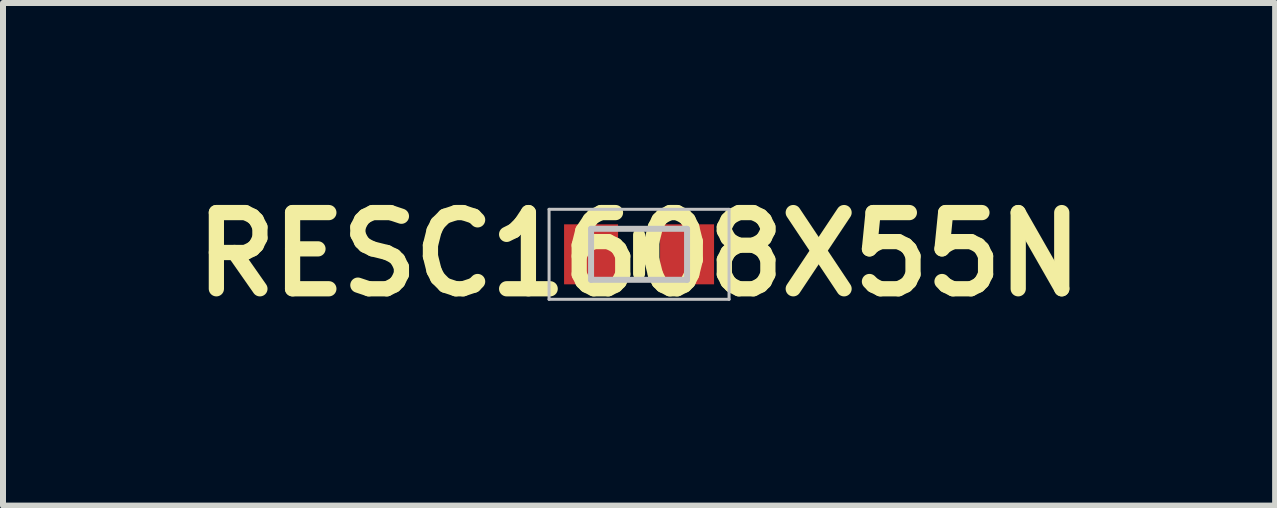
<source format=kicad_pcb>
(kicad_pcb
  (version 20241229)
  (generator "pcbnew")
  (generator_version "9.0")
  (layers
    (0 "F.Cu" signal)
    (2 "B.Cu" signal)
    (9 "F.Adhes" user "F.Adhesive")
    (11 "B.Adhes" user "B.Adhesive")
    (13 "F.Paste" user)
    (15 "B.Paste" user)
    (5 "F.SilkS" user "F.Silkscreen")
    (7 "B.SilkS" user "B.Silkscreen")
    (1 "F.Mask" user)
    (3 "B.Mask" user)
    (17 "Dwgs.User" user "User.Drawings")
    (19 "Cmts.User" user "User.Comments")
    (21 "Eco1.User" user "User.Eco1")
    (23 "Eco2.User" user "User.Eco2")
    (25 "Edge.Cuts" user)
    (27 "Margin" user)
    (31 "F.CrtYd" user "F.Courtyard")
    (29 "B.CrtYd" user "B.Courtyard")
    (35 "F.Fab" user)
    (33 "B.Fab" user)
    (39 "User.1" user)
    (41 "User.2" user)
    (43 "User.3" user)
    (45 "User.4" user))
  (footprint "RESC1608X55N"
    (layer "F.Cu")
    (at 7.602 1.189)
    (property "Reference" "RESC1608X55N" (at 0 0 0) (layer "F.SilkS") (effects (font (size 1.27 1.27) (thickness 0.254))))
    (attr smd)
    (fp_line (start 0 -0.325) (end 0 0.325) (stroke (width 0.2) (type solid)) (layer "F.SilkS"))
    (fp_line (start -1.5 -0.75) (end 1.5 -0.75) (stroke (width 0.05) (type solid)) (layer "Dwgs.User"))
    (fp_line (start -1.5 0.75) (end -1.5 -0.75) (stroke (width 0.05) (type solid)) (layer "Dwgs.User"))
    (fp_line (start -0.8 -0.425) (end 0.8 -0.425) (stroke (width 0.1) (type solid)) (layer "Dwgs.User"))
    (fp_line (start -0.8 0.425) (end -0.8 -0.425) (stroke (width 0.1) (type solid)) (layer "Dwgs.User"))
    (fp_line (start 0.8 -0.425) (end 0.8 0.425) (stroke (width 0.1) (type solid)) (layer "Dwgs.User"))
    (fp_line (start 0.8 0.425) (end -0.8 0.425) (stroke (width 0.1) (type solid)) (layer "Dwgs.User"))
    (fp_line (start 1.5 -0.75) (end 1.5 0.75) (stroke (width 0.05) (type solid)) (layer "Dwgs.User"))
    (fp_line (start 1.5 0.75) (end -1.5 0.75) (stroke (width 0.05) (type solid)) (layer "Dwgs.User"))
    (pad "1" smd rect (at -0.8 0) (size 0.9 1) (layers "F.Cu" "F.Mask" "F.Paste"))
    (pad "2" smd rect (at 0.8 0) (size 0.9 1) (layers "F.Cu" "F.Mask" "F.Paste")))
  (gr_rect
    (start -3 -3)
    (end 18.204 5.377)
    (stroke (width 0.1) (type default))
    (fill no)
    (layer "Edge.Cuts")))
</source>
